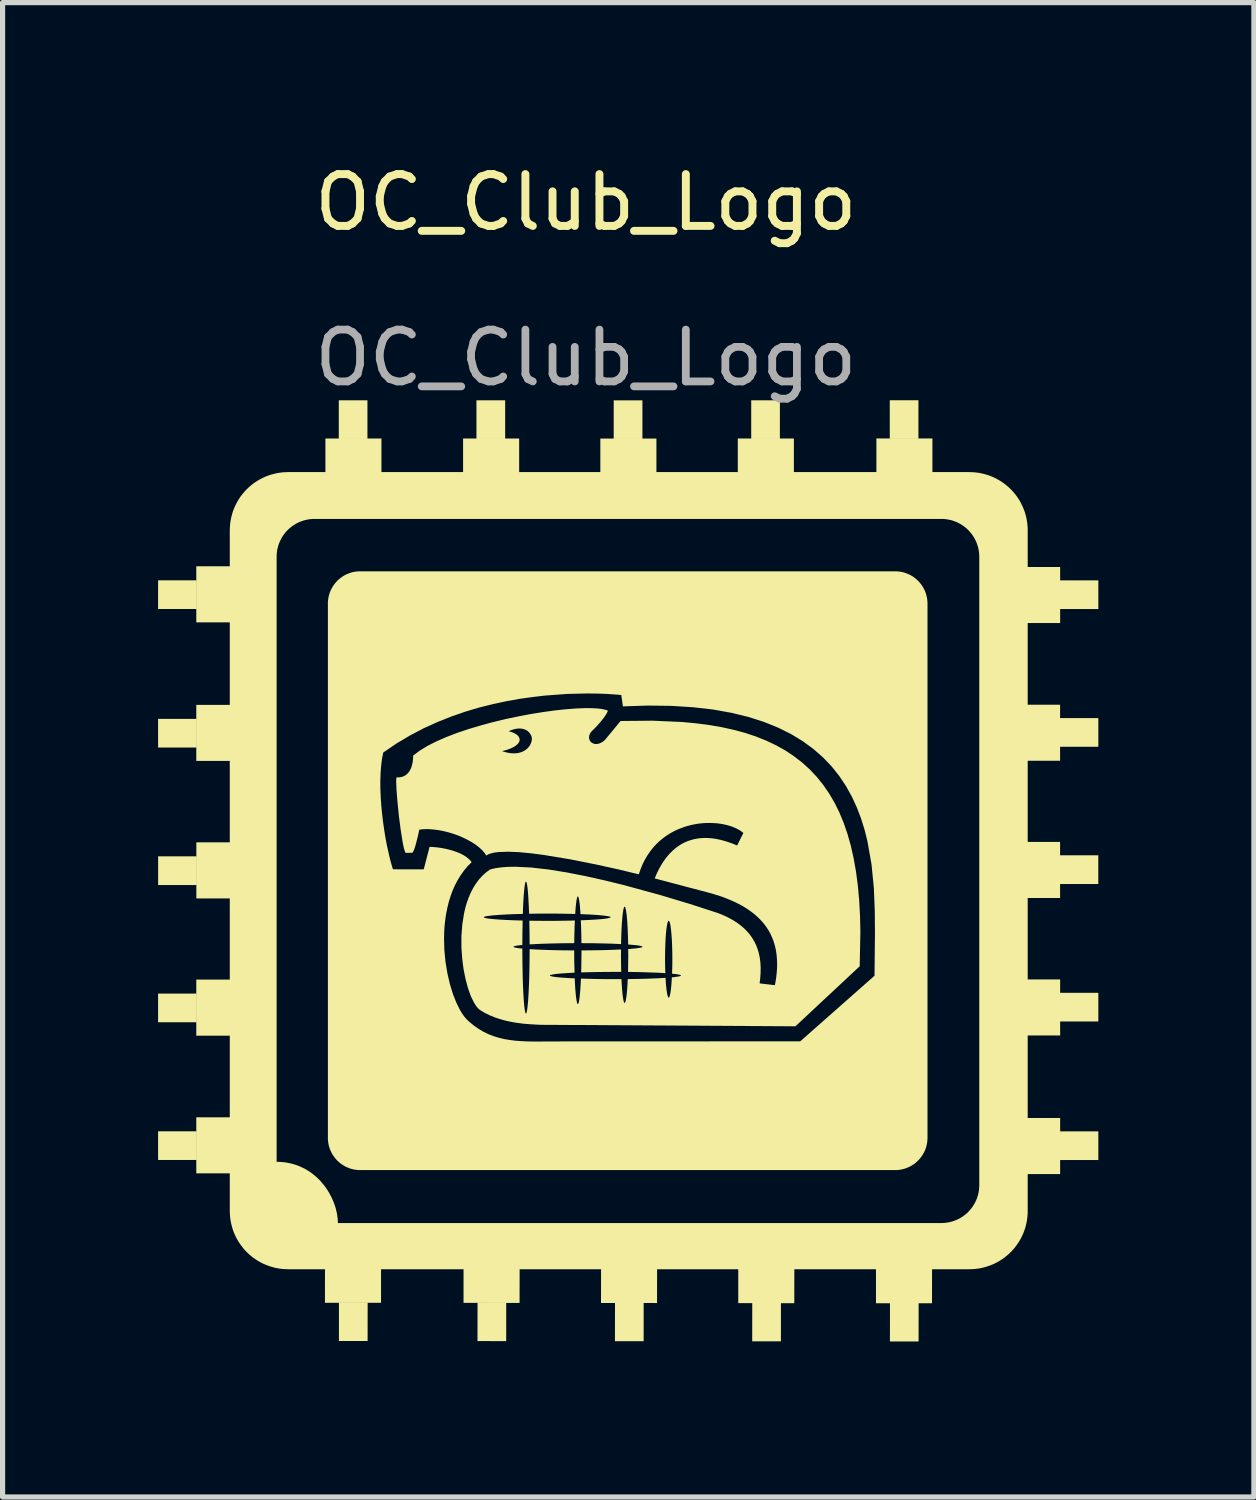
<source format=kicad_pcb>
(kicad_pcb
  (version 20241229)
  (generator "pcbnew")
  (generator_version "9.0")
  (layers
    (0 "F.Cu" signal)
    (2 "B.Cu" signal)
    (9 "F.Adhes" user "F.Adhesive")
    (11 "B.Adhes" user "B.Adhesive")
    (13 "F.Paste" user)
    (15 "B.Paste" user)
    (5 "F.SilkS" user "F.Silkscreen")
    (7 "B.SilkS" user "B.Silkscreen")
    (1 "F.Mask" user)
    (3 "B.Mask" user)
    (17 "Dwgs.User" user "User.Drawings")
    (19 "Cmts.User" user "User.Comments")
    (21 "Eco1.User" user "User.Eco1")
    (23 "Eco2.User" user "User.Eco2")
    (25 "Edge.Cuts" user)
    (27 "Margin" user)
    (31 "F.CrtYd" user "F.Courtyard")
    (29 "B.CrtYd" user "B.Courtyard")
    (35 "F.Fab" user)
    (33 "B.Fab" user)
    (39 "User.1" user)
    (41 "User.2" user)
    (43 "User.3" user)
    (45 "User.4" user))
  (footprint "OC_Club_Logo"
    (layer "F.Cu")
    (at 8.253 1.354)
    (property "Reference" "OC_Club_Logo" (at 0 -0.5 0) (unlocked yes) (layer "F.SilkS") (effects (font (size 1 1) (thickness 0.153))))
    (fp_poly (pts (xy -7.508 7.345) (xy -8.253 7.345) (xy -8.253 6.792) (xy -7.508 6.792)) (stroke (width -0.000001) (type solid)) (fill yes) (layer "F.SilkS"))
    (fp_poly (pts (xy -7.507 10.018) (xy -8.253 10.018) (xy -8.253 9.465) (xy -7.507 9.465)) (stroke (width -0.000001) (type solid)) (fill yes) (layer "F.SilkS"))
    (fp_poly (pts (xy -7.507 17.975) (xy -8.253 17.975) (xy -8.253 17.422) (xy -7.507 17.422)) (stroke (width -0.000001) (type solid)) (fill yes) (layer "F.SilkS"))
    (fp_poly (pts (xy -7.507 15.318) (xy -8.253 15.318) (xy -8.253 14.765) (xy -7.507 14.765)) (stroke (width -0.000001) (type solid)) (fill yes) (layer "F.SilkS"))
    (fp_poly (pts (xy -7.506 12.671) (xy -8.252 12.671) (xy -8.252 12.117) (xy -7.506 12.117)) (stroke (width -0.000001) (type solid)) (fill yes) (layer "F.SilkS"))
    (fp_poly (pts (xy -6.841 7.603) (xy -7.516 7.603) (xy -7.516 6.521) (xy -6.841 6.521)) (stroke (width -0.000001) (type solid)) (fill yes) (layer "F.SilkS"))
    (fp_poly (pts (xy -6.84 10.276) (xy -7.516 10.276) (xy -7.516 9.195) (xy -6.84 9.195)) (stroke (width -0.000001) (type solid)) (fill yes) (layer "F.SilkS"))
    (fp_poly (pts (xy -6.84 18.233) (xy -7.516 18.233) (xy -7.516 17.152) (xy -6.84 17.152)) (stroke (width -0.000001) (type solid)) (fill yes) (layer "F.SilkS"))
    (fp_poly (pts (xy -6.84 15.577) (xy -7.516 15.577) (xy -7.516 14.495) (xy -6.84 14.495)) (stroke (width -0.000001) (type solid)) (fill yes) (layer "F.SilkS"))
    (fp_poly (pts (xy -6.839 12.929) (xy -7.515 12.929) (xy -7.515 11.847) (xy -6.839 11.847)) (stroke (width -0.000001) (type solid)) (fill yes) (layer "F.SilkS"))
    (fp_poly (pts (xy -4.214 4.065) (xy -4.767 4.065) (xy -4.767 3.319) (xy -4.214 3.319)) (stroke (width -0.000001) (type solid)) (fill yes) (layer "F.SilkS"))
    (fp_poly (pts (xy -4.21 20.722) (xy -4.211 21.468) (xy -4.764 21.467) (xy -4.764 20.722)) (stroke (width -0.000001) (type solid)) (fill yes) (layer "F.SilkS"))
    (fp_poly (pts (xy -3.952 20.055) (xy -3.952 20.731) (xy -5.034 20.73) (xy -5.033 20.054)) (stroke (width -0.000001) (type solid)) (fill yes) (layer "F.SilkS"))
    (fp_poly (pts (xy -3.944 4.732) (xy -5.025 4.732) (xy -5.025 4.056) (xy -3.944 4.056)) (stroke (width -0.000001) (type solid)) (fill yes) (layer "F.SilkS"))
    (fp_poly (pts (xy -1.557 4.065) (xy -2.111 4.065) (xy -2.111 3.319) (xy -1.557 3.319)) (stroke (width -0.000001) (type solid)) (fill yes) (layer "F.SilkS"))
    (fp_poly (pts (xy -1.537 20.724) (xy -1.537 21.47) (xy -2.091 21.469) (xy -2.09 20.724)) (stroke (width -0.000001) (type solid)) (fill yes) (layer "F.SilkS"))
    (fp_poly (pts (xy -1.287 4.732) (xy -2.369 4.732) (xy -2.369 4.056) (xy -1.287 4.056)) (stroke (width -0.000001) (type solid)) (fill yes) (layer "F.SilkS"))
    (fp_poly (pts (xy -1.278 20.057) (xy -1.279 20.733) (xy -2.36 20.732) (xy -2.36 20.056)) (stroke (width -0.000001) (type solid)) (fill yes) (layer "F.SilkS"))
    (fp_poly (pts (xy 1.091 4.065) (xy 0.537 4.065) (xy 0.537 3.32) (xy 1.091 3.32)) (stroke (width -0.000001) (type solid)) (fill yes) (layer "F.SilkS"))
    (fp_poly (pts (xy 1.115 20.726) (xy 1.115 21.471) (xy 0.561 21.471) (xy 0.562 20.725)) (stroke (width -0.000001) (type solid)) (fill yes) (layer "F.SilkS"))
    (fp_poly (pts (xy 1.361 4.732) (xy 0.279 4.732) (xy 0.279 4.057) (xy 1.361 4.057)) (stroke (width -0.000001) (type solid)) (fill yes) (layer "F.SilkS"))
    (fp_poly (pts (xy 1.374 20.059) (xy 1.373 20.735) (xy 0.292 20.734) (xy 0.293 20.058)) (stroke (width -0.000001) (type solid)) (fill yes) (layer "F.SilkS"))
    (fp_poly (pts (xy 3.743 4.065) (xy 3.19 4.065) (xy 3.19 3.319) (xy 3.743 3.319)) (stroke (width -0.000001) (type solid)) (fill yes) (layer "F.SilkS"))
    (fp_poly (pts (xy 3.763 20.729) (xy 3.763 21.474) (xy 3.209 21.474) (xy 3.21 20.728)) (stroke (width -0.000001) (type solid)) (fill yes) (layer "F.SilkS"))
    (fp_poly (pts (xy 4.013 4.732) (xy 2.931 4.732) (xy 2.931 4.056) (xy 4.013 4.056)) (stroke (width -0.000001) (type solid)) (fill yes) (layer "F.SilkS"))
    (fp_poly (pts (xy 4.022 20.062) (xy 4.021 20.738) (xy 2.94 20.737) (xy 2.94 20.061)) (stroke (width -0.000001) (type solid)) (fill yes) (layer "F.SilkS"))
    (fp_poly (pts (xy 6.416 4.064) (xy 5.863 4.064) (xy 5.863 3.318) (xy 6.416 3.318)) (stroke (width -0.000001) (type solid)) (fill yes) (layer "F.SilkS"))
    (fp_poly (pts (xy 6.42 20.731) (xy 6.419 21.477) (xy 5.866 21.477) (xy 5.867 20.731)) (stroke (width -0.000001) (type solid)) (fill yes) (layer "F.SilkS"))
    (fp_poly (pts (xy 6.679 20.065) (xy 6.678 20.74) (xy 5.597 20.739) (xy 5.597 20.064)) (stroke (width -0.000001) (type solid)) (fill yes) (layer "F.SilkS"))
    (fp_poly (pts (xy 6.686 4.731) (xy 5.605 4.731) (xy 5.605 4.055) (xy 6.686 4.055)) (stroke (width -0.000001) (type solid)) (fill yes) (layer "F.SilkS"))
    (fp_poly (pts (xy 9.149 12.921) (xy 8.473 12.921) (xy 8.473 11.839) (xy 9.149 11.839)) (stroke (width -0.000001) (type solid)) (fill yes) (layer "F.SilkS"))
    (fp_poly (pts (xy 9.149 10.273) (xy 8.474 10.273) (xy 8.474 9.192) (xy 9.149 9.192)) (stroke (width -0.000001) (type solid)) (fill yes) (layer "F.SilkS"))
    (fp_poly (pts (xy 9.15 7.616) (xy 8.474 7.616) (xy 8.474 6.535) (xy 9.15 6.535)) (stroke (width -0.000001) (type solid)) (fill yes) (layer "F.SilkS"))
    (fp_poly (pts (xy 9.15 15.573) (xy 8.474 15.573) (xy 8.474 14.492) (xy 9.15 14.492)) (stroke (width -0.000001) (type solid)) (fill yes) (layer "F.SilkS"))
    (fp_poly (pts (xy 9.15 18.247) (xy 8.474 18.247) (xy 8.474 17.165) (xy 9.15 17.165)) (stroke (width -0.000001) (type solid)) (fill yes) (layer "F.SilkS"))
    (fp_poly (pts (xy 9.886 12.651) (xy 9.14 12.651) (xy 9.14 12.097) (xy 9.886 12.097)) (stroke (width -0.000001) (type solid)) (fill yes) (layer "F.SilkS"))
    (fp_poly (pts (xy 9.887 10.003) (xy 9.141 10.003) (xy 9.141 9.45) (xy 9.887 9.45)) (stroke (width -0.000001) (type solid)) (fill yes) (layer "F.SilkS"))
    (fp_poly (pts (xy 9.887 7.346) (xy 9.141 7.346) (xy 9.141 6.793) (xy 9.887 6.793)) (stroke (width -0.000001) (type solid)) (fill yes) (layer "F.SilkS"))
    (fp_poly (pts (xy 9.887 15.303) (xy 9.141 15.303) (xy 9.141 14.75) (xy 9.887 14.75)) (stroke (width -0.000001) (type solid)) (fill yes) (layer "F.SilkS"))
    (fp_poly (pts (xy 9.887 17.976) (xy 9.142 17.976) (xy 9.142 17.423) (xy 9.887 17.423)) (stroke (width -0.000001) (type solid)) (fill yes) (layer "F.SilkS"))
    (fp_poly (pts (xy -0.217 13.456) (xy -0.22 13.563) (xy -0.223 13.676) (xy -0.224 13.792) (xy -0.469 13.794) (xy -0.698 13.799) (xy -0.906 13.806) (xy -1.085 13.816) (xy -1.086 13.698) (xy -1.087 13.582) (xy -1.089 13.469) (xy -1.091 13.359) (xy -0.921 13.361) (xy -0.747 13.362) (xy -0.608 13.362) (xy -0.472 13.36) (xy -0.34 13.358) (xy -0.212 13.355)) (stroke (width -0.000001) (type solid)) (fill yes) (layer "F.SilkS"))
    (fp_poly (pts (xy 0.678 13.965) (xy 0.677 14.016) (xy 0.678 14.101) (xy 0.679 14.184) (xy 0.68 14.266) (xy 0.682 14.346) (xy 0.57 14.346) (xy 0.396 14.347) (xy 0.226 14.349) (xy 0.063 14.352) (xy -0.091 14.356) (xy -0.088 14.254) (xy -0.087 14.149) (xy -0.085 14.041) (xy -0.085 13.932) (xy 0.124 13.93) (xy 0.323 13.927) (xy 0.51 13.921) (xy 0.678 13.914)) (stroke (width -0.000001) (type solid)) (fill yes) (layer "F.SilkS"))
    (fp_poly (pts (xy -5.899 18.012) (xy -5.83 18.018) (xy -5.763 18.027) (xy -5.698 18.041) (xy -5.636 18.057) (xy -5.575 18.077) (xy -5.517 18.1) (xy -5.46 18.126) (xy -5.406 18.154) (xy -5.354 18.185) (xy -5.304 18.219) (xy -5.257 18.255) (xy -5.211 18.293) (xy -5.168 18.333) (xy -5.127 18.374) (xy -5.089 18.418) (xy -5.052 18.462) (xy -5.018 18.508) (xy -4.986 18.555) (xy -4.956 18.604) (xy -4.904 18.702) (xy -4.861 18.802) (xy -4.827 18.903) (xy -4.803 19.004) (xy -4.789 19.102) (xy -4.785 19.15) (xy -4.784 19.197) (xy -5.24 19.888) (xy -6.44 19.18) (xy -5.97 18.01)) (stroke (width -0.000001) (type solid)) (fill yes) (layer "F.SilkS"))
    (fp_poly (pts (xy 5.998 6.619) (xy 6.03 6.621) (xy 6.061 6.625) (xy 6.092 6.63) (xy 6.122 6.637) (xy 6.152 6.646) (xy 6.181 6.656) (xy 6.209 6.667) (xy 6.237 6.679) (xy 6.264 6.693) (xy 6.29 6.708) (xy 6.316 6.724) (xy 6.34 6.742) (xy 6.364 6.76) (xy 6.386 6.78) (xy 6.408 6.8) (xy 6.429 6.822) (xy 6.448 6.845) (xy 6.467 6.868) (xy 6.484 6.893) (xy 6.5 6.918) (xy 6.515 6.944) (xy 6.529 6.971) (xy 6.542 6.999) (xy 6.553 7.027) (xy 6.563 7.056) (xy 6.571 7.086) (xy 6.578 7.116) (xy 6.584 7.147) (xy 6.587 7.179) (xy 6.59 7.21) (xy 6.591 7.243) (xy 6.591 17.545) (xy 6.59 17.578) (xy 6.587 17.609) (xy 6.584 17.641) (xy 6.578 17.672) (xy 6.571 17.702) (xy 6.563 17.732) (xy 6.553 17.761) (xy 6.542 17.789) (xy 6.529 17.817) (xy 6.515 17.844) (xy 6.5 17.87) (xy 6.484 17.895) (xy 6.467 17.92) (xy 6.448 17.943) (xy 6.429 17.966) (xy 6.408 17.988) (xy 6.386 18.008) (xy 6.364 18.028) (xy 6.34 18.047) (xy 6.316 18.064) (xy 6.29 18.08) (xy 6.264 18.095) (xy 6.237 18.109) (xy 6.209 18.121) (xy 6.181 18.133) (xy 6.152 18.142) (xy 6.122 18.151) (xy 6.092 18.158) (xy 6.061 18.163) (xy 6.03 18.167) (xy 5.998 18.17) (xy 5.966 18.17) (xy -4.352 18.17) (xy -4.385 18.17) (xy -4.416 18.167) (xy -4.448 18.163) (xy -4.479 18.158) (xy -4.509 18.151) (xy -4.539 18.142) (xy -4.568 18.133) (xy -4.596 18.121) (xy -4.624 18.109) (xy -4.651 18.095) (xy -4.677 18.08) (xy -4.702 18.064) (xy -4.727 18.047) (xy -4.75 18.028) (xy -4.773 18.008) (xy -4.795 17.988) (xy -4.815 17.966) (xy -4.835 17.943) (xy -4.853 17.92) (xy -4.871 17.895) (xy -4.887 17.87) (xy -4.902 17.844) (xy -4.916 17.817) (xy -4.928 17.789) (xy -4.94 17.761) (xy -4.949 17.732) (xy -4.958 17.702) (xy -4.965 17.672) (xy -4.97 17.641) (xy -4.974 17.609) (xy -4.977 17.578) (xy -4.977 17.545) (xy -4.977 10.676) (xy -3.966 10.676) (xy -3.964 10.831) (xy -3.957 10.99) (xy -3.946 11.15) (xy -3.93 11.309) (xy -3.911 11.466) (xy -3.889 11.62) (xy -3.865 11.767) (xy -3.838 11.908) (xy -3.781 12.162) (xy -3.751 12.271) (xy -3.722 12.367) (xy -3.128 12.368) (xy -3.016 11.936) (xy -2.993 11.935) (xy -2.962 11.936) (xy -2.875 11.944) (xy -2.822 11.951) (xy -2.764 11.96) (xy -2.704 11.972) (xy -2.641 11.987) (xy -2.577 12.005) (xy -2.513 12.026) (xy -2.451 12.05) (xy -2.391 12.078) (xy -2.335 12.11) (xy -2.309 12.127) (xy -2.285 12.146) (xy -2.262 12.165) (xy -2.241 12.185) (xy -2.221 12.207) (xy -2.204 12.23) (xy -2.283 12.309) (xy -2.354 12.395) (xy -2.418 12.485) (xy -2.476 12.58) (xy -2.528 12.68) (xy -2.573 12.783) (xy -2.612 12.89) (xy -2.646 13) (xy -2.673 13.112) (xy -2.696 13.226) (xy -2.713 13.341) (xy -2.726 13.458) (xy -2.733 13.575) (xy -2.736 13.692) (xy -2.73 13.925) (xy -2.708 14.153) (xy -2.672 14.372) (xy -2.624 14.579) (xy -2.566 14.769) (xy -2.499 14.94) (xy -2.425 15.088) (xy -2.386 15.152) (xy -2.346 15.208) (xy -2.304 15.257) (xy -2.263 15.297) (xy -2.17 15.375) (xy -2.075 15.442) (xy -1.98 15.499) (xy -1.882 15.547) (xy -1.783 15.586) (xy -1.681 15.617) (xy -1.577 15.642) (xy -1.469 15.66) (xy -1.359 15.674) (xy -1.245 15.682) (xy -1.127 15.688) (xy -1.005 15.69) (xy -0.47 15.688) (xy 4.136 15.686) (xy 5.569 14.42) (xy 5.577 13.612) (xy 5.574 13.175) (xy 5.556 12.727) (xy 5.511 12.274) (xy 5.432 11.825) (xy 5.377 11.604) (xy 5.309 11.387) (xy 5.228 11.175) (xy 5.133 10.968) (xy 5.022 10.768) (xy 4.895 10.576) (xy 4.75 10.392) (xy 4.585 10.218) (xy 4.401 10.055) (xy 4.195 9.903) (xy 3.967 9.763) (xy 3.715 9.637) (xy 3.439 9.525) (xy 3.136 9.428) (xy 2.807 9.348) (xy 2.45 9.284) (xy 2.063 9.24) (xy 1.646 9.214) (xy 1.197 9.208) (xy 0.715 9.224) (xy 0.683 9.005) (xy 0.636 9) (xy 0.502 8.99) (xy 0.406 8.984) (xy 0.291 8.979) (xy 0.159 8.976) (xy 0.012 8.975) (xy -0.363 8.984) (xy -0.796 9.016) (xy -1.03 9.043) (xy -1.275 9.078) (xy -1.527 9.123) (xy -1.786 9.178) (xy -2.05 9.244) (xy -2.318 9.323) (xy -2.587 9.416) (xy -2.857 9.523) (xy -3.126 9.645) (xy -3.392 9.784) (xy -3.654 9.94) (xy -3.909 10.114) (xy -3.934 10.242) (xy -3.951 10.379) (xy -3.961 10.524) (xy -3.966 10.676) (xy -4.977 10.676) (xy -4.977 7.243) (xy -4.977 7.21) (xy -4.974 7.179) (xy -4.97 7.147) (xy -4.965 7.116) (xy -4.958 7.086) (xy -4.949 7.056) (xy -4.94 7.027) (xy -4.928 6.999) (xy -4.916 6.971) (xy -4.902 6.944) (xy -4.887 6.918) (xy -4.871 6.893) (xy -4.853 6.868) (xy -4.835 6.845) (xy -4.815 6.822) (xy -4.795 6.8) (xy -4.773 6.78) (xy -4.75 6.76) (xy -4.727 6.742) (xy -4.702 6.724) (xy -4.677 6.708) (xy -4.651 6.693) (xy -4.624 6.679) (xy -4.596 6.667) (xy -4.568 6.656) (xy -4.539 6.646) (xy -4.509 6.637) (xy -4.479 6.63) (xy -4.448 6.625) (xy -4.416 6.621) (xy -4.385 6.619) (xy -4.352 6.618) (xy 5.966 6.618)) (stroke (width -0.000001) (type solid)) (fill yes) (layer "F.SilkS"))
    (fp_poly (pts (xy 7.457 4.706) (xy 7.514 4.71) (xy 7.571 4.717) (xy 7.626 4.727) (xy 7.681 4.74) (xy 7.734 4.755) (xy 7.787 4.772) (xy 7.838 4.792) (xy 7.888 4.815) (xy 7.936 4.84) (xy 7.983 4.867) (xy 8.029 4.896) (xy 8.073 4.927) (xy 8.115 4.961) (xy 8.156 4.996) (xy 8.195 5.033) (xy 8.232 5.072) (xy 8.268 5.113) (xy 8.301 5.155) (xy 8.332 5.199) (xy 8.362 5.245) (xy 8.389 5.292) (xy 8.413 5.341) (xy 8.436 5.391) (xy 8.456 5.442) (xy 8.474 5.494) (xy 8.489 5.547) (xy 8.501 5.602) (xy 8.511 5.657) (xy 8.518 5.714) (xy 8.523 5.771) (xy 8.524 5.829) (xy 8.524 18.958) (xy 8.523 19.016) (xy 8.518 19.073) (xy 8.511 19.129) (xy 8.501 19.185) (xy 8.489 19.239) (xy 8.474 19.293) (xy 8.456 19.345) (xy 8.436 19.396) (xy 8.413 19.446) (xy 8.389 19.495) (xy 8.362 19.542) (xy 8.332 19.587) (xy 8.301 19.631) (xy 8.268 19.674) (xy 8.232 19.715) (xy 8.195 19.754) (xy 8.156 19.791) (xy 8.115 19.826) (xy 8.073 19.86) (xy 8.029 19.891) (xy 7.983 19.92) (xy 7.936 19.947) (xy 7.888 19.972) (xy 7.838 19.994) (xy 7.787 20.014) (xy 7.734 20.032) (xy 7.681 20.047) (xy 7.626 20.06) (xy 7.571 20.07) (xy 7.514 20.077) (xy 7.457 20.081) (xy 7.399 20.083) (xy -5.745 20.083) (xy -5.803 20.081) (xy -5.86 20.077) (xy -5.916 20.07) (xy -5.972 20.06) (xy -6.026 20.047) (xy -6.08 20.032) (xy -6.132 20.014) (xy -6.183 19.994) (xy -6.233 19.972) (xy -6.282 19.947) (xy -6.329 19.92) (xy -6.374 19.891) (xy -6.419 19.86) (xy -6.461 19.826) (xy -6.502 19.791) (xy -6.541 19.754) (xy -6.578 19.715) (xy -6.613 19.674) (xy -6.647 19.631) (xy -6.678 19.587) (xy -6.707 19.542) (xy -6.734 19.495) (xy -6.759 19.446) (xy -6.782 19.396) (xy -6.802 19.345) (xy -6.819 19.293) (xy -6.834 19.239) (xy -6.847 19.185) (xy -6.857 19.129) (xy -6.864 19.073) (xy -6.868 19.016) (xy -6.87 18.958) (xy -6.87 6.34) (xy -5.966 6.34) (xy -5.966 18.459) (xy -5.965 18.497) (xy -5.963 18.534) (xy -5.958 18.571) (xy -5.952 18.607) (xy -5.943 18.643) (xy -5.934 18.678) (xy -5.922 18.712) (xy -5.909 18.745) (xy -5.894 18.777) (xy -5.878 18.809) (xy -5.861 18.84) (xy -5.842 18.869) (xy -5.821 18.898) (xy -5.8 18.926) (xy -5.777 18.952) (xy -5.752 18.978) (xy -5.727 19.002) (xy -5.7 19.025) (xy -5.673 19.047) (xy -5.644 19.067) (xy -5.614 19.086) (xy -5.584 19.104) (xy -5.552 19.12) (xy -5.52 19.134) (xy -5.486 19.147) (xy -5.452 19.159) (xy -5.417 19.169) (xy -5.382 19.177) (xy -5.346 19.183) (xy -5.309 19.188) (xy -5.272 19.191) (xy -5.234 19.192) (xy 6.858 19.192) (xy 6.895 19.191) (xy 6.933 19.188) (xy 6.969 19.183) (xy 7.006 19.177) (xy 7.041 19.169) (xy 7.076 19.159) (xy 7.11 19.147) (xy 7.143 19.134) (xy 7.176 19.12) (xy 7.207 19.104) (xy 7.238 19.086) (xy 7.268 19.067) (xy 7.296 19.047) (xy 7.324 19.025) (xy 7.351 19.002) (xy 7.376 18.978) (xy 7.4 18.952) (xy 7.423 18.926) (xy 7.445 18.898) (xy 7.465 18.869) (xy 7.484 18.84) (xy 7.502 18.809) (xy 7.518 18.777) (xy 7.533 18.745) (xy 7.546 18.712) (xy 7.557 18.678) (xy 7.567 18.643) (xy 7.575 18.607) (xy 7.582 18.571) (xy 7.586 18.534) (xy 7.589 18.497) (xy 7.59 18.459) (xy 7.59 6.34) (xy 7.589 6.302) (xy 7.586 6.265) (xy 7.582 6.228) (xy 7.575 6.192) (xy 7.567 6.156) (xy 7.557 6.122) (xy 7.546 6.087) (xy 7.533 6.054) (xy 7.518 6.022) (xy 7.502 5.99) (xy 7.484 5.959) (xy 7.465 5.93) (xy 7.445 5.901) (xy 7.423 5.873) (xy 7.4 5.847) (xy 7.376 5.821) (xy 7.351 5.797) (xy 7.324 5.774) (xy 7.296 5.753) (xy 7.268 5.732) (xy 7.238 5.713) (xy 7.207 5.696) (xy 7.176 5.679) (xy 7.143 5.665) (xy 7.11 5.652) (xy 7.076 5.64) (xy 7.041 5.63) (xy 7.006 5.622) (xy 6.969 5.616) (xy 6.933 5.611) (xy 6.895 5.608) (xy 6.858 5.607) (xy -5.234 5.607) (xy -5.272 5.608) (xy -5.309 5.611) (xy -5.346 5.616) (xy -5.382 5.622) (xy -5.417 5.63) (xy -5.452 5.64) (xy -5.486 5.652) (xy -5.52 5.665) (xy -5.552 5.679) (xy -5.584 5.696) (xy -5.614 5.713) (xy -5.644 5.732) (xy -5.673 5.753) (xy -5.7 5.774) (xy -5.727 5.797) (xy -5.752 5.821) (xy -5.777 5.847) (xy -5.8 5.873) (xy -5.821 5.901) (xy -5.842 5.93) (xy -5.861 5.959) (xy -5.878 5.99) (xy -5.894 6.022) (xy -5.909 6.054) (xy -5.922 6.087) (xy -5.934 6.122) (xy -5.943 6.156) (xy -5.952 6.192) (xy -5.958 6.228) (xy -5.963 6.265) (xy -5.965 6.302) (xy -5.966 6.34) (xy -6.87 6.34) (xy -6.87 5.829) (xy -6.868 5.771) (xy -6.864 5.714) (xy -6.857 5.657) (xy -6.847 5.602) (xy -6.834 5.547) (xy -6.819 5.494) (xy -6.802 5.442) (xy -6.782 5.391) (xy -6.759 5.341) (xy -6.734 5.292) (xy -6.707 5.245) (xy -6.678 5.199) (xy -6.647 5.155) (xy -6.613 5.113) (xy -6.578 5.072) (xy -6.541 5.033) (xy -6.502 4.996) (xy -6.461 4.961) (xy -6.419 4.927) (xy -6.374 4.896) (xy -6.329 4.867) (xy -6.282 4.84) (xy -6.233 4.815) (xy -6.183 4.792) (xy -6.132 4.772) (xy -6.08 4.755) (xy -6.026 4.74) (xy -5.972 4.727) (xy -5.916 4.717) (xy -5.86 4.71) (xy -5.803 4.706) (xy -5.745 4.704) (xy 7.399 4.704)) (stroke (width -0.000001) (type solid)) (fill yes) (layer "F.SilkS"))
    (fp_poly (pts (xy 0.086 9.258) (xy 0.121 9.259) (xy 0.154 9.26) (xy 0.186 9.262) (xy 0.217 9.264) (xy 0.246 9.267) (xy 0.274 9.27) (xy 0.3 9.274) (xy 0.325 9.278) (xy 0.348 9.283) (xy 0.37 9.288) (xy 0.39 9.294) (xy 0.409 9.3) (xy 0.425 9.307) (xy 0.42 9.321) (xy 0.413 9.335) (xy 0.406 9.35) (xy 0.398 9.365) (xy 0.389 9.38) (xy 0.379 9.396) (xy 0.358 9.427) (xy 0.335 9.458) (xy 0.311 9.489) (xy 0.287 9.519) (xy 0.262 9.547) (xy 0.238 9.574) (xy 0.216 9.599) (xy 0.176 9.641) (xy 0.139 9.678) (xy 0.122 9.694) (xy 0.107 9.71) (xy 0.095 9.726) (xy 0.084 9.743) (xy 0.076 9.759) (xy 0.07 9.775) (xy 0.065 9.791) (xy 0.062 9.807) (xy 0.061 9.822) (xy 0.062 9.837) (xy 0.065 9.851) (xy 0.069 9.865) (xy 0.074 9.878) (xy 0.081 9.89) (xy 0.089 9.902) (xy 0.099 9.912) (xy 0.109 9.921) (xy 0.121 9.929) (xy 0.134 9.936) (xy 0.148 9.942) (xy 0.163 9.946) (xy 0.178 9.949) (xy 0.194 9.95) (xy 0.211 9.95) (xy 0.229 9.947) (xy 0.247 9.943) (xy 0.266 9.937) (xy 0.285 9.929) (xy 0.304 9.919) (xy 0.324 9.907) (xy 0.344 9.892) (xy 0.364 9.876) (xy 0.67 9.506) (xy 1.285 9.5) (xy 1.853 9.525) (xy 2.12 9.55) (xy 2.376 9.583) (xy 2.62 9.625) (xy 2.852 9.676) (xy 3.074 9.736) (xy 3.284 9.806) (xy 3.483 9.886) (xy 3.672 9.976) (xy 3.849 10.075) (xy 4.016 10.186) (xy 4.172 10.307) (xy 4.318 10.439) (xy 4.453 10.582) (xy 4.578 10.737) (xy 4.692 10.903) (xy 4.797 11.081) (xy 4.891 11.272) (xy 4.975 11.474) (xy 5.049 11.69) (xy 5.113 11.918) (xy 5.167 12.16) (xy 5.212 12.414) (xy 5.247 12.683) (xy 5.273 12.965) (xy 5.289 13.261) (xy 5.296 13.572) (xy 5.283 14.238) (xy 4.043 15.396) (xy -0.555 15.369) (xy -0.725 15.369) (xy -0.906 15.366) (xy -1.095 15.355) (xy -1.192 15.347) (xy -1.289 15.335) (xy -1.385 15.321) (xy -1.482 15.302) (xy -1.577 15.28) (xy -1.671 15.253) (xy -1.763 15.222) (xy -1.852 15.185) (xy -1.939 15.143) (xy -2.022 15.095) (xy -2.056 15.071) (xy -2.09 15.038) (xy -2.123 14.996) (xy -2.155 14.945) (xy -2.217 14.82) (xy -2.272 14.668) (xy -2.32 14.492) (xy -2.359 14.298) (xy -2.386 14.09) (xy -2.401 13.874) (xy -2.401 13.653) (xy -2.384 13.432) (xy -2.362 13.292) (xy -1.97 13.292) (xy -1.966 13.297) (xy -1.955 13.302) (xy -1.938 13.307) (xy -1.915 13.312) (xy -1.85 13.322) (xy -1.762 13.33) (xy -1.654 13.338) (xy -1.526 13.345) (xy -1.381 13.351) (xy -1.22 13.356) (xy -1.222 13.469) (xy -1.224 13.586) (xy -1.225 13.705) (xy -1.226 13.827) (xy -1.246 13.829) (xy -1.265 13.831) (xy -1.282 13.833) (xy -1.299 13.835) (xy -1.314 13.837) (xy -1.328 13.839) (xy -1.341 13.841) (xy -1.352 13.844) (xy -1.362 13.846) (xy -1.371 13.848) (xy -1.379 13.85) (xy -1.385 13.853) (xy -1.388 13.854) (xy -1.39 13.855) (xy -1.392 13.856) (xy -1.393 13.857) (xy -1.395 13.858) (xy -1.396 13.86) (xy -1.396 13.861) (xy -1.397 13.862) (xy -1.396 13.864) (xy -1.393 13.866) (xy -1.39 13.869) (xy -1.385 13.871) (xy -1.379 13.873) (xy -1.371 13.876) (xy -1.352 13.88) (xy -1.328 13.884) (xy -1.299 13.889) (xy -1.265 13.893) (xy -1.226 13.897) (xy -1.224 14.15) (xy -1.22 14.386) (xy -1.214 14.599) (xy -1.205 14.784) (xy -1.195 14.937) (xy -1.189 15) (xy -1.183 15.053) (xy -1.176 15.095) (xy -1.17 15.125) (xy -1.163 15.144) (xy -1.159 15.149) (xy -1.156 15.151) (xy -1.149 15.144) (xy -1.142 15.126) (xy -1.129 15.053) (xy -1.117 14.939) (xy -1.107 14.788) (xy -1.098 14.604) (xy -1.091 14.393) (xy -1.087 14.159) (xy -1.085 13.908) (xy -0.906 13.917) (xy -0.698 13.925) (xy -0.469 13.93) (xy -0.225 13.932) (xy -0.225 14.043) (xy -0.224 14.152) (xy -0.221 14.259) (xy -0.218 14.361) (xy -0.325 14.367) (xy -0.419 14.373) (xy -0.462 14.376) (xy -0.501 14.379) (xy -0.537 14.382) (xy -0.569 14.386) (xy -0.598 14.389) (xy -0.623 14.393) (xy -0.644 14.397) (xy -0.662 14.401) (xy -0.676 14.404) (xy -0.682 14.406) (xy -0.686 14.408) (xy -0.69 14.41) (xy -0.692 14.412) (xy -0.694 14.414) (xy -0.695 14.416) (xy -0.693 14.42) (xy -0.686 14.424) (xy -0.676 14.428) (xy -0.662 14.432) (xy -0.622 14.44) (xy -0.568 14.447) (xy -0.499 14.454) (xy -0.417 14.46) (xy -0.322 14.466) (xy -0.215 14.471) (xy -0.21 14.581) (xy -0.207 14.631) (xy -0.204 14.678) (xy -0.2 14.723) (xy -0.197 14.763) (xy -0.193 14.801) (xy -0.189 14.835) (xy -0.185 14.865) (xy -0.181 14.892) (xy -0.177 14.914) (xy -0.173 14.933) (xy -0.169 14.948) (xy -0.166 14.954) (xy -0.164 14.959) (xy -0.162 14.963) (xy -0.16 14.966) (xy -0.157 14.968) (xy -0.155 14.968) (xy -0.151 14.966) (xy -0.146 14.96) (xy -0.142 14.949) (xy -0.137 14.934) (xy -0.129 14.893) (xy -0.121 14.837) (xy -0.114 14.766) (xy -0.107 14.682) (xy -0.101 14.585) (xy -0.095 14.476) (xy 0.06 14.48) (xy 0.224 14.484) (xy 0.395 14.486) (xy 0.57 14.486) (xy 0.687 14.486) (xy 0.689 14.538) (xy 0.692 14.587) (xy 0.695 14.634) (xy 0.698 14.677) (xy 0.702 14.718) (xy 0.705 14.756) (xy 0.709 14.79) (xy 0.713 14.822) (xy 0.717 14.85) (xy 0.721 14.874) (xy 0.725 14.895) (xy 0.729 14.913) (xy 0.734 14.927) (xy 0.736 14.932) (xy 0.738 14.937) (xy 0.741 14.94) (xy 0.743 14.943) (xy 0.745 14.944) (xy 0.747 14.945) (xy 0.75 14.944) (xy 0.752 14.943) (xy 0.757 14.937) (xy 0.761 14.927) (xy 0.766 14.913) (xy 0.774 14.874) (xy 0.782 14.822) (xy 0.79 14.755) (xy 0.797 14.677) (xy 0.803 14.587) (xy 0.808 14.485) (xy 1.016 14.482) (xy 1.209 14.477) (xy 1.384 14.47) (xy 1.537 14.461) (xy 1.54 14.504) (xy 1.542 14.544) (xy 1.545 14.583) (xy 1.548 14.619) (xy 1.552 14.652) (xy 1.555 14.683) (xy 1.559 14.712) (xy 1.563 14.738) (xy 1.567 14.761) (xy 1.571 14.782) (xy 1.575 14.8) (xy 1.579 14.814) (xy 1.584 14.826) (xy 1.586 14.831) (xy 1.588 14.835) (xy 1.591 14.838) (xy 1.593 14.84) (xy 1.595 14.842) (xy 1.598 14.843) (xy 1.6 14.842) (xy 1.602 14.841) (xy 1.607 14.836) (xy 1.612 14.827) (xy 1.617 14.815) (xy 1.621 14.8) (xy 1.625 14.782) (xy 1.634 14.737) (xy 1.641 14.681) (xy 1.648 14.614) (xy 1.654 14.537) (xy 1.659 14.452) (xy 1.68 14.45) (xy 1.7 14.448) (xy 1.718 14.445) (xy 1.735 14.443) (xy 1.75 14.441) (xy 1.765 14.439) (xy 1.778 14.437) (xy 1.79 14.435) (xy 1.8 14.432) (xy 1.809 14.43) (xy 1.817 14.428) (xy 1.823 14.425) (xy 1.826 14.424) (xy 1.828 14.423) (xy 1.83 14.422) (xy 1.832 14.421) (xy 1.833 14.42) (xy 1.834 14.419) (xy 1.834 14.417) (xy 1.835 14.416) (xy 1.834 14.414) (xy 1.832 14.412) (xy 1.828 14.409) (xy 1.824 14.407) (xy 1.817 14.405) (xy 1.81 14.402) (xy 1.791 14.398) (xy 1.767 14.393) (xy 1.737 14.389) (xy 1.702 14.385) (xy 1.663 14.381) (xy 1.665 14.313) (xy 1.667 14.244) (xy 1.668 14.173) (xy 1.668 14.101) (xy 1.668 14.028) (xy 1.667 13.956) (xy 1.665 13.886) (xy 1.663 13.818) (xy 1.66 13.752) (xy 1.656 13.69) (xy 1.652 13.631) (xy 1.647 13.577) (xy 1.645 13.552) (xy 1.642 13.528) (xy 1.639 13.505) (xy 1.637 13.485) (xy 1.634 13.465) (xy 1.631 13.447) (xy 1.628 13.431) (xy 1.625 13.416) (xy 1.621 13.403) (xy 1.618 13.392) (xy 1.615 13.382) (xy 1.613 13.378) (xy 1.611 13.374) (xy 1.61 13.371) (xy 1.608 13.368) (xy 1.606 13.366) (xy 1.605 13.364) (xy 1.603 13.362) (xy 1.601 13.361) (xy 1.599 13.36) (xy 1.598 13.36) (xy 1.596 13.36) (xy 1.594 13.361) (xy 1.591 13.364) (xy 1.587 13.368) (xy 1.584 13.374) (xy 1.581 13.382) (xy 1.577 13.392) (xy 1.574 13.403) (xy 1.571 13.416) (xy 1.565 13.447) (xy 1.559 13.485) (xy 1.553 13.528) (xy 1.548 13.577) (xy 1.543 13.631) (xy 1.539 13.69) (xy 1.533 13.818) (xy 1.529 13.956) (xy 1.527 14.101) (xy 1.528 14.17) (xy 1.529 14.239) (xy 1.531 14.306) (xy 1.533 14.371) (xy 1.382 14.362) (xy 1.208 14.356) (xy 1.017 14.35) (xy 0.813 14.347) (xy 0.815 14.267) (xy 0.816 14.185) (xy 0.817 14.101) (xy 0.818 14.016) (xy 0.817 13.961) (xy 0.817 13.906) (xy 0.849 13.903) (xy 0.879 13.901) (xy 0.908 13.898) (xy 0.934 13.896) (xy 0.959 13.893) (xy 0.981 13.891) (xy 1.002 13.888) (xy 1.02 13.885) (xy 1.037 13.882) (xy 1.051 13.879) (xy 1.063 13.877) (xy 1.073 13.874) (xy 1.081 13.871) (xy 1.084 13.869) (xy 1.087 13.868) (xy 1.089 13.866) (xy 1.09 13.865) (xy 1.091 13.863) (xy 1.092 13.862) (xy 1.091 13.859) (xy 1.087 13.856) (xy 1.082 13.853) (xy 1.074 13.85) (xy 1.064 13.847) (xy 1.051 13.844) (xy 1.021 13.838) (xy 0.982 13.833) (xy 0.934 13.828) (xy 0.879 13.823) (xy 0.816 13.818) (xy 0.812 13.665) (xy 0.807 13.525) (xy 0.8 13.401) (xy 0.796 13.345) (xy 0.791 13.295) (xy 0.787 13.249) (xy 0.782 13.208) (xy 0.776 13.173) (xy 0.771 13.143) (xy 0.765 13.12) (xy 0.76 13.102) (xy 0.757 13.096) (xy 0.754 13.092) (xy 0.751 13.089) (xy 0.747 13.088) (xy 0.744 13.089) (xy 0.741 13.092) (xy 0.735 13.102) (xy 0.73 13.119) (xy 0.724 13.142) (xy 0.713 13.206) (xy 0.704 13.292) (xy 0.695 13.397) (xy 0.688 13.52) (xy 0.683 13.658) (xy 0.679 13.81) (xy 0.51 13.802) (xy 0.324 13.797) (xy 0.124 13.793) (xy -0.086 13.792) (xy -0.087 13.674) (xy -0.09 13.561) (xy -0.093 13.453) (xy -0.098 13.351) (xy 0.029 13.346) (xy 0.143 13.34) (xy 0.241 13.333) (xy 0.284 13.33) (xy 0.323 13.326) (xy 0.358 13.322) (xy 0.389 13.318) (xy 0.415 13.314) (xy 0.437 13.31) (xy 0.454 13.305) (xy 0.467 13.301) (xy 0.471 13.299) (xy 0.474 13.296) (xy 0.476 13.294) (xy 0.477 13.292) (xy 0.475 13.287) (xy 0.467 13.283) (xy 0.455 13.278) (xy 0.437 13.274) (xy 0.389 13.266) (xy 0.322 13.258) (xy 0.239 13.25) (xy 0.14 13.243) (xy 0.025 13.237) (xy -0.104 13.232) (xy -0.106 13.193) (xy -0.109 13.155) (xy -0.112 13.12) (xy -0.114 13.087) (xy -0.117 13.057) (xy -0.12 13.029) (xy -0.124 13.003) (xy -0.127 12.98) (xy -0.13 12.96) (xy -0.134 12.942) (xy -0.137 12.926) (xy -0.141 12.913) (xy -0.144 12.903) (xy -0.146 12.899) (xy -0.148 12.896) (xy -0.15 12.893) (xy -0.152 12.891) (xy -0.153 12.89) (xy -0.155 12.889) (xy -0.159 12.891) (xy -0.162 12.896) (xy -0.166 12.904) (xy -0.169 12.914) (xy -0.176 12.943) (xy -0.183 12.981) (xy -0.189 13.029) (xy -0.195 13.087) (xy -0.201 13.153) (xy -0.206 13.229) (xy -0.335 13.226) (xy -0.469 13.223) (xy -0.607 13.222) (xy -0.747 13.222) (xy -0.923 13.222) (xy -1.095 13.225) (xy -1.101 13.088) (xy -1.107 12.966) (xy -1.113 12.859) (xy -1.117 12.813) (xy -1.121 12.77) (xy -1.125 12.732) (xy -1.129 12.699) (xy -1.133 12.671) (xy -1.138 12.647) (xy -1.142 12.629) (xy -1.146 12.615) (xy -1.149 12.611) (xy -1.151 12.607) (xy -1.153 12.605) (xy -1.156 12.604) (xy -1.16 12.607) (xy -1.165 12.616) (xy -1.169 12.629) (xy -1.174 12.648) (xy -1.182 12.7) (xy -1.19 12.772) (xy -1.198 12.861) (xy -1.205 12.968) (xy -1.211 13.09) (xy -1.216 13.228) (xy -1.378 13.232) (xy -1.524 13.238) (xy -1.653 13.245) (xy -1.761 13.253) (xy -1.808 13.258) (xy -1.849 13.262) (xy -1.885 13.267) (xy -1.914 13.271) (xy -1.938 13.276) (xy -1.955 13.281) (xy -1.962 13.284) (xy -1.966 13.287) (xy -1.969 13.289) (xy -1.97 13.292) (xy -2.362 13.292) (xy -2.35 13.216) (xy -2.326 13.111) (xy -2.296 13.009) (xy -2.261 12.911) (xy -2.22 12.817) (xy -2.174 12.727) (xy -2.121 12.643) (xy -2.063 12.564) (xy -1.998 12.492) (xy -1.926 12.427) (xy -1.847 12.37) (xy -1.742 12.345) (xy -1.625 12.329) (xy -1.497 12.32) (xy -1.358 12.318) (xy -1.054 12.333) (xy -0.72 12.371) (xy -0.366 12.428) (xy 0 12.5) (xy 0.371 12.583) (xy 0.737 12.673) (xy 1.425 12.861) (xy 1.998 13.033) (xy 2.535 13.207) (xy 2.606 13.234) (xy 2.673 13.263) (xy 2.737 13.293) (xy 2.797 13.325) (xy 2.853 13.357) (xy 2.906 13.391) (xy 2.955 13.426) (xy 3.002 13.463) (xy 3.045 13.5) (xy 3.085 13.538) (xy 3.122 13.578) (xy 3.156 13.618) (xy 3.187 13.659) (xy 3.215 13.702) (xy 3.241 13.745) (xy 3.264 13.788) (xy 3.285 13.833) (xy 3.303 13.878) (xy 3.319 13.925) (xy 3.333 13.971) (xy 3.344 14.019) (xy 3.354 14.066) (xy 3.367 14.164) (xy 3.372 14.263) (xy 3.371 14.364) (xy 3.364 14.465) (xy 3.352 14.568) (xy 3.647 14.603) (xy 3.662 14.519) (xy 3.674 14.437) (xy 3.682 14.357) (xy 3.688 14.279) (xy 3.69 14.202) (xy 3.688 14.128) (xy 3.683 14.055) (xy 3.675 13.985) (xy 3.664 13.916) (xy 3.649 13.85) (xy 3.63 13.785) (xy 3.609 13.722) (xy 3.583 13.661) (xy 3.555 13.601) (xy 3.523 13.544) (xy 3.487 13.488) (xy 3.448 13.434) (xy 3.405 13.382) (xy 3.359 13.332) (xy 3.309 13.284) (xy 3.256 13.237) (xy 3.199 13.192) (xy 3.139 13.149) (xy 3.075 13.107) (xy 3.008 13.067) (xy 2.936 13.029) (xy 2.862 12.993) (xy 2.783 12.958) (xy 2.701 12.925) (xy 2.616 12.893) (xy 2.433 12.835) (xy 1.328 12.543) (xy 1.371 12.441) (xy 1.42 12.343) (xy 1.476 12.248) (xy 1.539 12.157) (xy 1.608 12.074) (xy 1.685 11.997) (xy 1.727 11.962) (xy 1.77 11.929) (xy 1.815 11.899) (xy 1.862 11.871) (xy 1.911 11.846) (xy 1.963 11.824) (xy 2.016 11.806) (xy 2.072 11.79) (xy 2.129 11.778) (xy 2.189 11.769) (xy 2.252 11.764) (xy 2.316 11.762) (xy 2.383 11.765) (xy 2.452 11.772) (xy 2.523 11.783) (xy 2.597 11.799) (xy 2.674 11.819) (xy 2.753 11.844) (xy 2.834 11.873) (xy 2.918 11.908) (xy 3.039 11.666) (xy 2.999 11.635) (xy 2.954 11.606) (xy 2.905 11.58) (xy 2.852 11.556) (xy 2.794 11.535) (xy 2.734 11.517) (xy 2.67 11.502) (xy 2.603 11.489) (xy 2.534 11.48) (xy 2.462 11.475) (xy 2.389 11.473) (xy 2.315 11.474) (xy 2.239 11.479) (xy 2.162 11.488) (xy 2.085 11.501) (xy 2.008 11.518) (xy 1.93 11.54) (xy 1.854 11.566) (xy 1.778 11.596) (xy 1.703 11.631) (xy 1.63 11.671) (xy 1.559 11.716) (xy 1.49 11.766) (xy 1.423 11.821) (xy 1.36 11.881) (xy 1.299 11.947) (xy 1.242 12.019) (xy 1.189 12.096) (xy 1.14 12.179) (xy 1.095 12.268) (xy 1.056 12.363) (xy 1.021 12.464) (xy 0.618 12.367) (xy 0.196 12.274) (xy -0.3 12.175) (xy -0.814 12.09) (xy -1.062 12.058) (xy -1.293 12.036) (xy -1.502 12.028) (xy -1.681 12.034) (xy -1.757 12.043) (xy -1.824 12.058) (xy -1.879 12.077) (xy -1.923 12.101) (xy -1.94 12.074) (xy -1.959 12.046) (xy -2.006 11.993) (xy -2.063 11.941) (xy -2.128 11.891) (xy -2.202 11.843) (xy -2.283 11.798) (xy -2.369 11.756) (xy -2.459 11.717) (xy -2.554 11.683) (xy -2.65 11.654) (xy -2.747 11.63) (xy -2.845 11.611) (xy -2.942 11.599) (xy -3.036 11.592) (xy -3.127 11.593) (xy -3.214 11.602) (xy -3.228 11.668) (xy -3.243 11.736) (xy -3.263 11.815) (xy -3.284 11.895) (xy -3.295 11.933) (xy -3.307 11.967) (xy -3.318 11.997) (xy -3.329 12.021) (xy -3.339 12.039) (xy -3.344 12.044) (xy -3.349 12.048) (xy -3.471 12.05) (xy -3.479 12.047) (xy -3.486 12.035) (xy -3.502 11.991) (xy -3.52 11.922) (xy -3.537 11.831) (xy -3.573 11.603) (xy -3.607 11.34) (xy -3.634 11.075) (xy -3.653 10.84) (xy -3.66 10.668) (xy -3.657 10.616) (xy -3.655 10.601) (xy -3.651 10.593) (xy -3.62 10.593) (xy -3.591 10.592) (xy -3.565 10.587) (xy -3.54 10.581) (xy -3.517 10.572) (xy -3.496 10.562) (xy -3.476 10.55) (xy -3.458 10.536) (xy -3.442 10.521) (xy -3.427 10.505) (xy -3.414 10.488) (xy -3.401 10.47) (xy -3.391 10.451) (xy -3.381 10.432) (xy -3.372 10.412) (xy -3.365 10.392) (xy -3.353 10.351) (xy -3.344 10.312) (xy -3.338 10.276) (xy -3.335 10.243) (xy -3.333 10.215) (xy -3.333 10.193) (xy -3.333 10.174) (xy -3.217 10.087) (xy -1.617 10.087) (xy -1.577 10.1) (xy -1.538 10.111) (xy -1.501 10.119) (xy -1.465 10.125) (xy -1.43 10.129) (xy -1.397 10.13) (xy -1.366 10.13) (xy -1.336 10.127) (xy -1.307 10.123) (xy -1.28 10.117) (xy -1.255 10.11) (xy -1.231 10.101) (xy -1.208 10.091) (xy -1.187 10.079) (xy -1.167 10.067) (xy -1.149 10.053) (xy -1.132 10.039) (xy -1.117 10.023) (xy -1.103 10.008) (xy -1.09 9.991) (xy -1.079 9.974) (xy -1.07 9.957) (xy -1.062 9.94) (xy -1.055 9.922) (xy -1.05 9.905) (xy -1.046 9.888) (xy -1.043 9.871) (xy -1.042 9.854) (xy -1.043 9.838) (xy -1.045 9.823) (xy -1.048 9.808) (xy -1.052 9.794) (xy -1.057 9.785) (xy -1.061 9.775) (xy -1.066 9.767) (xy -1.071 9.758) (xy -1.077 9.75) (xy -1.082 9.742) (xy -1.088 9.735) (xy -1.094 9.728) (xy -1.1 9.721) (xy -1.106 9.715) (xy -1.113 9.709) (xy -1.119 9.703) (xy -1.133 9.693) (xy -1.148 9.684) (xy -1.163 9.676) (xy -1.179 9.669) (xy -1.195 9.664) (xy -1.211 9.659) (xy -1.228 9.656) (xy -1.245 9.653) (xy -1.263 9.652) (xy -1.28 9.651) (xy -1.294 9.652) (xy -1.308 9.652) (xy -1.321 9.653) (xy -1.335 9.655) (xy -1.349 9.657) (xy -1.362 9.66) (xy -1.376 9.663) (xy -1.389 9.666) (xy -1.403 9.67) (xy -1.416 9.674) (xy -1.428 9.678) (xy -1.441 9.683) (xy -1.453 9.688) (xy -1.466 9.693) (xy -1.477 9.699) (xy -1.489 9.704) (xy -1.463 9.711) (xy -1.44 9.718) (xy -1.417 9.725) (xy -1.396 9.734) (xy -1.377 9.743) (xy -1.359 9.753) (xy -1.343 9.764) (xy -1.328 9.775) (xy -1.315 9.787) (xy -1.304 9.799) (xy -1.295 9.812) (xy -1.288 9.825) (xy -1.283 9.838) (xy -1.279 9.852) (xy -1.278 9.865) (xy -1.279 9.879) (xy -1.282 9.894) (xy -1.287 9.908) (xy -1.295 9.922) (xy -1.304 9.936) (xy -1.316 9.95) (xy -1.331 9.964) (xy -1.348 9.978) (xy -1.367 9.992) (xy -1.389 10.005) (xy -1.413 10.018) (xy -1.44 10.031) (xy -1.47 10.043) (xy -1.503 10.055) (xy -1.538 10.066) (xy -1.576 10.077) (xy -1.617 10.087) (xy -3.217 10.087) (xy -3.206 10.078) (xy -3.055 9.986) (xy -2.881 9.898) (xy -2.688 9.814) (xy -2.479 9.734) (xy -2.258 9.66) (xy -2.027 9.591) (xy -1.79 9.527) (xy -1.549 9.469) (xy -1.307 9.418) (xy -1.069 9.373) (xy -0.836 9.335) (xy -0.612 9.304) (xy -0.4 9.281) (xy -0.203 9.265) (xy -0.025 9.258) (xy 0.051 9.258)) (stroke (width -0.000001) (type solid)) (fill yes) (layer "F.SilkS"))
    (fp_text user "${REFERENCE}" (at 0 2.5 0) (unlocked yes) (layer "F.Fab") (effects (font (size 1 1) (thickness 0.15)))))
  (gr_rect
    (start -3 -3)
    (end 21.141 25.831)
    (stroke (width 0.1) (type default))
    (fill no)
    (layer "Edge.Cuts")))
</source>
